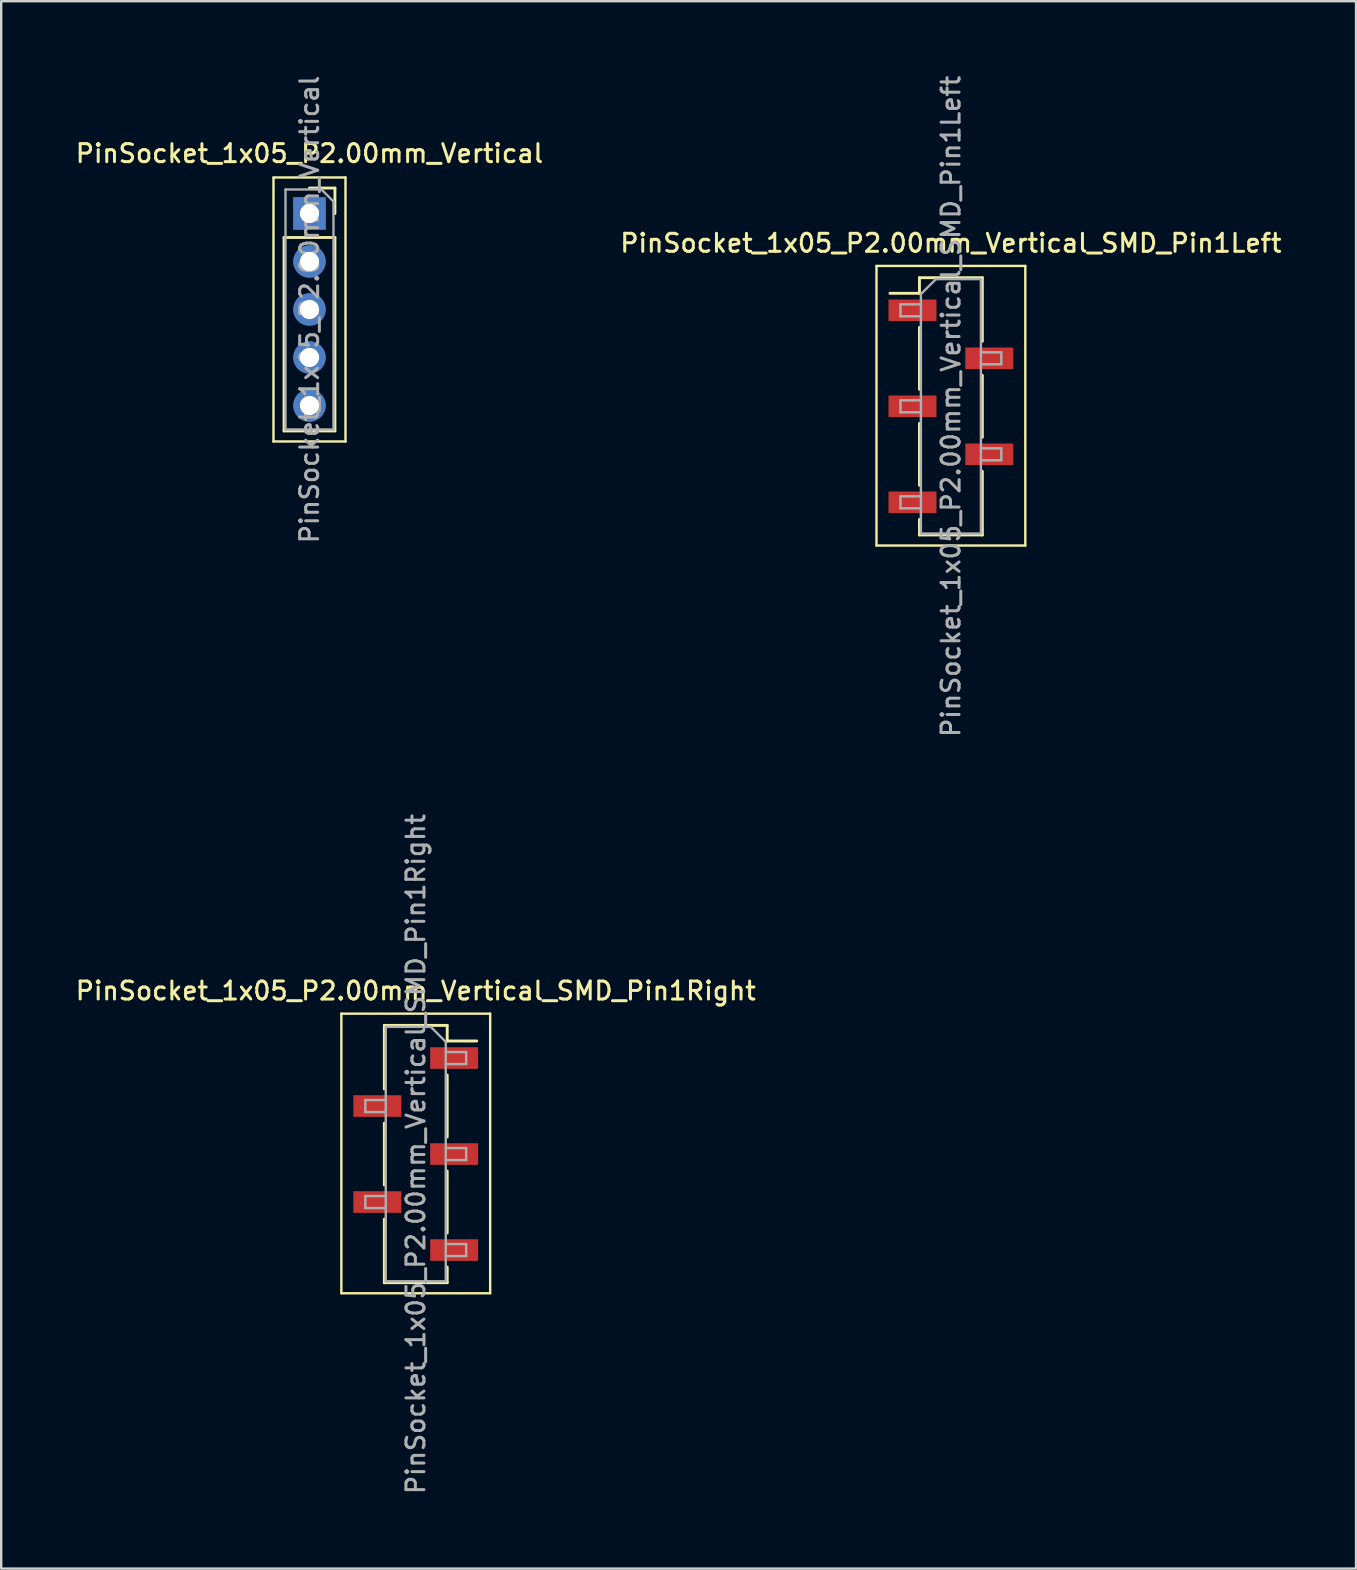
<source format=kicad_pcb>
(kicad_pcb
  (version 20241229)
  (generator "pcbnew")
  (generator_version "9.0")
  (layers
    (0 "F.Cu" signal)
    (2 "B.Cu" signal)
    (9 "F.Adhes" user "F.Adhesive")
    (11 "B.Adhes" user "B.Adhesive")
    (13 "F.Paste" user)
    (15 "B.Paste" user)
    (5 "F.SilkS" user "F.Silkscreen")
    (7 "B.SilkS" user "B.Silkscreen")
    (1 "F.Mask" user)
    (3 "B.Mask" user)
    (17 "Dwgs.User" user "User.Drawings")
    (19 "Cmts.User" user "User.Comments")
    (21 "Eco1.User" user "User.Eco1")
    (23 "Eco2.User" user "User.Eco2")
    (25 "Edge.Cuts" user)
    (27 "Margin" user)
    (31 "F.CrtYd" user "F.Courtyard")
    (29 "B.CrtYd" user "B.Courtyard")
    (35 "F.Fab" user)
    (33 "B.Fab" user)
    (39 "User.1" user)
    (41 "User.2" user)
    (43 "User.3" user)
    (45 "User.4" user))
  (footprint "PinSocket_1x05_P2.00mm_Vertical"
    (layer "F.Cu")
    (at 9.845 5.845)
    (property "Reference" "PinSocket_1x05_P2.00mm_Vertical" (at 0 -2.5 0) (layer "F.SilkS") (effects (font (size 0.75 0.75) (thickness 0.125))))
    (attr through_hole)
    (fp_line (start -1.5 -1.5) (end 1.5 -1.5) (stroke (width 0.1) (type solid)) (layer "F.SilkS"))
    (fp_line (start -1.5 9.5) (end -1.5 -1.5) (stroke (width 0.1) (type solid)) (layer "F.SilkS"))
    (fp_line (start -1.06 1) (end -1.06 9.06) (stroke (width 0.12) (type solid)) (layer "F.SilkS"))
    (fp_line (start -1.06 1) (end 1.06 1) (stroke (width 0.12) (type solid)) (layer "F.SilkS"))
    (fp_line (start -1.06 9.06) (end 1.06 9.06) (stroke (width 0.12) (type solid)) (layer "F.SilkS"))
    (fp_line (start 0 -1.06) (end 1.06 -1.06) (stroke (width 0.12) (type solid)) (layer "F.SilkS"))
    (fp_line (start 1.06 -1.06) (end 1.06 0) (stroke (width 0.12) (type solid)) (layer "F.SilkS"))
    (fp_line (start 1.06 1) (end 1.06 9.06) (stroke (width 0.12) (type solid)) (layer "F.SilkS"))
    (fp_line (start 1.5 -1.5) (end 1.5 9.5) (stroke (width 0.1) (type solid)) (layer "F.SilkS"))
    (fp_line (start 1.5 9.5) (end -1.5 9.5) (stroke (width 0.1) (type solid)) (layer "F.SilkS"))
    (fp_line (start -1 -1) (end 0.5 -1) (stroke (width 0.1) (type solid)) (layer "F.Fab"))
    (fp_line (start -1 9) (end -1 -1) (stroke (width 0.1) (type solid)) (layer "F.Fab"))
    (fp_line (start 0.5 -1) (end 1 -0.5) (stroke (width 0.1) (type solid)) (layer "F.Fab"))
    (fp_line (start 1 -0.5) (end 1 9) (stroke (width 0.1) (type solid)) (layer "F.Fab"))
    (fp_line (start 1 9) (end -1 9) (stroke (width 0.1) (type solid)) (layer "F.Fab"))
    (fp_text user "${REFERENCE}" (at 0 4 90) (layer "F.Fab") (effects (font (size 0.75 0.75) (thickness 0.125))))
    (pad "1" thru_hole rect (at 0 0) (size 1.35 1.35) (drill 0.8) (layers "*.Cu" "*.Mask"))
    (pad "2" thru_hole oval (at 0 2) (size 1.35 1.35) (drill 0.8) (layers "*.Cu" "*.Mask"))
    (pad "3" thru_hole oval (at 0 4) (size 1.35 1.35) (drill 0.8) (layers "*.Cu" "*.Mask"))
    (pad "4" thru_hole oval (at 0 6) (size 1.35 1.35) (drill 0.8) (layers "*.Cu" "*.Mask"))
    (pad "5" thru_hole oval (at 0 8) (size 1.35 1.35) (drill 0.8) (layers "*.Cu" "*.Mask")))
  (footprint "PinSocket_1x05_P2.00mm_Vertical_SMD_Pin1Left"
    (layer "F.Cu")
    (at 36.57 13.88)
    (property "Reference" "PinSocket_1x05_P2.00mm_Vertical_SMD_Pin1Left" (at 0 -6.8 0) (layer "F.SilkS") (effects (font (size 0.75 0.75) (thickness 0.125))))
    (attr smd)
    (fp_line (start -3.1 -5.85) (end 3.1 -5.85) (stroke (width 0.1) (type solid)) (layer "F.SilkS"))
    (fp_line (start -3.1 5.8) (end -3.1 -5.85) (stroke (width 0.1) (type solid)) (layer "F.SilkS"))
    (fp_line (start -2.54 -4.71) (end -1.31 -4.71) (stroke (width 0.12) (type solid)) (layer "F.SilkS"))
    (fp_line (start -1.31 -5.36) (end -1.31 -4.71) (stroke (width 0.12) (type solid)) (layer "F.SilkS"))
    (fp_line (start -1.31 -5.36) (end 1.31 -5.36) (stroke (width 0.12) (type solid)) (layer "F.SilkS"))
    (fp_line (start -1.31 -3.29) (end -1.31 -0.71) (stroke (width 0.12) (type solid)) (layer "F.SilkS"))
    (fp_line (start -1.31 0.71) (end -1.31 3.29) (stroke (width 0.12) (type solid)) (layer "F.SilkS"))
    (fp_line (start -1.31 4.71) (end -1.31 5.36) (stroke (width 0.12) (type solid)) (layer "F.SilkS"))
    (fp_line (start -1.31 5.36) (end 1.31 5.36) (stroke (width 0.12) (type solid)) (layer "F.SilkS"))
    (fp_line (start 1.31 -5.36) (end 1.31 -2.71) (stroke (width 0.12) (type solid)) (layer "F.SilkS"))
    (fp_line (start 1.31 -1.29) (end 1.31 1.29) (stroke (width 0.12) (type solid)) (layer "F.SilkS"))
    (fp_line (start 1.31 2.71) (end 1.31 5.36) (stroke (width 0.12) (type solid)) (layer "F.SilkS"))
    (fp_line (start 3.1 -5.85) (end 3.1 5.8) (stroke (width 0.1) (type solid)) (layer "F.SilkS"))
    (fp_line (start 3.1 5.8) (end -3.1 5.8) (stroke (width 0.1) (type solid)) (layer "F.SilkS"))
    (fp_line (start -2.1 -4.25) (end -1.25 -4.25) (stroke (width 0.1) (type solid)) (layer "F.Fab"))
    (fp_line (start -2.1 -3.75) (end -2.1 -4.25) (stroke (width 0.1) (type solid)) (layer "F.Fab"))
    (fp_line (start -2.1 -0.25) (end -1.25 -0.25) (stroke (width 0.1) (type solid)) (layer "F.Fab"))
    (fp_line (start -2.1 0.25) (end -2.1 -0.25) (stroke (width 0.1) (type solid)) (layer "F.Fab"))
    (fp_line (start -2.1 3.75) (end -1.25 3.75) (stroke (width 0.1) (type solid)) (layer "F.Fab"))
    (fp_line (start -2.1 4.25) (end -2.1 3.75) (stroke (width 0.1) (type solid)) (layer "F.Fab"))
    (fp_line (start -1.25 -4.675) (end -0.625 -5.3) (stroke (width 0.1) (type solid)) (layer "F.Fab"))
    (fp_line (start -1.25 -3.75) (end -2.1 -3.75) (stroke (width 0.1) (type solid)) (layer "F.Fab"))
    (fp_line (start -1.25 0.25) (end -2.1 0.25) (stroke (width 0.1) (type solid)) (layer "F.Fab"))
    (fp_line (start -1.25 4.25) (end -2.1 4.25) (stroke (width 0.1) (type solid)) (layer "F.Fab"))
    (fp_line (start -1.25 5.3) (end -1.25 -4.675) (stroke (width 0.1) (type solid)) (layer "F.Fab"))
    (fp_line (start -0.625 -5.3) (end 1.25 -5.3) (stroke (width 0.1) (type solid)) (layer "F.Fab"))
    (fp_line (start 1.25 -5.3) (end 1.25 5.3) (stroke (width 0.1) (type solid)) (layer "F.Fab"))
    (fp_line (start 1.25 -2.25) (end 2.1 -2.25) (stroke (width 0.1) (type solid)) (layer "F.Fab"))
    (fp_line (start 1.25 1.75) (end 2.1 1.75) (stroke (width 0.1) (type solid)) (layer "F.Fab"))
    (fp_line (start 1.25 5.3) (end -1.25 5.3) (stroke (width 0.1) (type solid)) (layer "F.Fab"))
    (fp_line (start 2.1 -2.25) (end 2.1 -1.75) (stroke (width 0.1) (type solid)) (layer "F.Fab"))
    (fp_line (start 2.1 -1.75) (end 1.25 -1.75) (stroke (width 0.1) (type solid)) (layer "F.Fab"))
    (fp_line (start 2.1 1.75) (end 2.1 2.25) (stroke (width 0.1) (type solid)) (layer "F.Fab"))
    (fp_line (start 2.1 2.25) (end 1.25 2.25) (stroke (width 0.1) (type solid)) (layer "F.Fab"))
    (fp_text user "${REFERENCE}" (at 0 0 90) (layer "F.Fab") (effects (font (size 0.75 0.75) (thickness 0.125))))
    (pad "1" smd rect (at -1.6 -4) (size 2 0.9) (layers "F.Cu" "F.Mask" "F.Paste"))
    (pad "2" smd rect (at 1.6 -2) (size 2 0.9) (layers "F.Cu" "F.Mask" "F.Paste"))
    (pad "3" smd rect (at -1.6 0) (size 2 0.9) (layers "F.Cu" "F.Mask" "F.Paste"))
    (pad "4" smd rect (at 1.6 2) (size 2 0.9) (layers "F.Cu" "F.Mask" "F.Paste"))
    (pad "5" smd rect (at -1.6 4) (size 2 0.9) (layers "F.Cu" "F.Mask" "F.Paste")))
  (footprint "PinSocket_1x05_P2.00mm_Vertical_SMD_Pin1Right"
    (layer "F.Cu")
    (at 14.273 45.034)
    (property "Reference" "PinSocket_1x05_P2.00mm_Vertical_SMD_Pin1Right" (at 0 -6.8 0) (layer "F.SilkS") (effects (font (size 0.75 0.75) (thickness 0.125))))
    (attr smd)
    (fp_line (start -3.1 -5.85) (end 3.1 -5.85) (stroke (width 0.1) (type solid)) (layer "F.SilkS"))
    (fp_line (start -3.1 5.8) (end -3.1 -5.85) (stroke (width 0.1) (type solid)) (layer "F.SilkS"))
    (fp_line (start -1.31 -5.36) (end -1.31 -2.71) (stroke (width 0.12) (type solid)) (layer "F.SilkS"))
    (fp_line (start -1.31 -5.36) (end 1.31 -5.36) (stroke (width 0.12) (type solid)) (layer "F.SilkS"))
    (fp_line (start -1.31 -1.29) (end -1.31 1.29) (stroke (width 0.12) (type solid)) (layer "F.SilkS"))
    (fp_line (start -1.31 2.71) (end -1.31 5.36) (stroke (width 0.12) (type solid)) (layer "F.SilkS"))
    (fp_line (start -1.31 5.36) (end 1.31 5.36) (stroke (width 0.12) (type solid)) (layer "F.SilkS"))
    (fp_line (start 1.31 -5.36) (end 1.31 -4.71) (stroke (width 0.12) (type solid)) (layer "F.SilkS"))
    (fp_line (start 1.31 -4.71) (end 2.54 -4.71) (stroke (width 0.12) (type solid)) (layer "F.SilkS"))
    (fp_line (start 1.31 -3.29) (end 1.31 -0.71) (stroke (width 0.12) (type solid)) (layer "F.SilkS"))
    (fp_line (start 1.31 0.71) (end 1.31 3.29) (stroke (width 0.12) (type solid)) (layer "F.SilkS"))
    (fp_line (start 1.31 4.71) (end 1.31 5.36) (stroke (width 0.12) (type solid)) (layer "F.SilkS"))
    (fp_line (start 3.1 -5.85) (end 3.1 5.8) (stroke (width 0.1) (type solid)) (layer "F.SilkS"))
    (fp_line (start 3.1 5.8) (end -3.1 5.8) (stroke (width 0.1) (type solid)) (layer "F.SilkS"))
    (fp_line (start -2.1 -2.25) (end -1.25 -2.25) (stroke (width 0.1) (type solid)) (layer "F.Fab"))
    (fp_line (start -2.1 -1.75) (end -2.1 -2.25) (stroke (width 0.1) (type solid)) (layer "F.Fab"))
    (fp_line (start -2.1 1.75) (end -1.25 1.75) (stroke (width 0.1) (type solid)) (layer "F.Fab"))
    (fp_line (start -2.1 2.25) (end -2.1 1.75) (stroke (width 0.1) (type solid)) (layer "F.Fab"))
    (fp_line (start -1.25 -5.3) (end 0.625 -5.3) (stroke (width 0.1) (type solid)) (layer "F.Fab"))
    (fp_line (start -1.25 -1.75) (end -2.1 -1.75) (stroke (width 0.1) (type solid)) (layer "F.Fab"))
    (fp_line (start -1.25 2.25) (end -2.1 2.25) (stroke (width 0.1) (type solid)) (layer "F.Fab"))
    (fp_line (start -1.25 5.3) (end -1.25 -5.3) (stroke (width 0.1) (type solid)) (layer "F.Fab"))
    (fp_line (start 0.625 -5.3) (end 1.25 -4.675) (stroke (width 0.1) (type solid)) (layer "F.Fab"))
    (fp_line (start 1.25 -4.675) (end 1.25 5.3) (stroke (width 0.1) (type solid)) (layer "F.Fab"))
    (fp_line (start 1.25 -4.25) (end 2.1 -4.25) (stroke (width 0.1) (type solid)) (layer "F.Fab"))
    (fp_line (start 1.25 -0.25) (end 2.1 -0.25) (stroke (width 0.1) (type solid)) (layer "F.Fab"))
    (fp_line (start 1.25 3.75) (end 2.1 3.75) (stroke (width 0.1) (type solid)) (layer "F.Fab"))
    (fp_line (start 1.25 5.3) (end -1.25 5.3) (stroke (width 0.1) (type solid)) (layer "F.Fab"))
    (fp_line (start 2.1 -4.25) (end 2.1 -3.75) (stroke (width 0.1) (type solid)) (layer "F.Fab"))
    (fp_line (start 2.1 -3.75) (end 1.25 -3.75) (stroke (width 0.1) (type solid)) (layer "F.Fab"))
    (fp_line (start 2.1 -0.25) (end 2.1 0.25) (stroke (width 0.1) (type solid)) (layer "F.Fab"))
    (fp_line (start 2.1 0.25) (end 1.25 0.25) (stroke (width 0.1) (type solid)) (layer "F.Fab"))
    (fp_line (start 2.1 3.75) (end 2.1 4.25) (stroke (width 0.1) (type solid)) (layer "F.Fab"))
    (fp_line (start 2.1 4.25) (end 1.25 4.25) (stroke (width 0.1) (type solid)) (layer "F.Fab"))
    (fp_text user "${REFERENCE}" (at 0 0 90) (layer "F.Fab") (effects (font (size 0.75 0.75) (thickness 0.125))))
    (pad "1" smd rect (at 1.6 -4) (size 2 0.9) (layers "F.Cu" "F.Mask" "F.Paste"))
    (pad "2" smd rect (at -1.6 -2) (size 2 0.9) (layers "F.Cu" "F.Mask" "F.Paste"))
    (pad "3" smd rect (at 1.6 0) (size 2 0.9) (layers "F.Cu" "F.Mask" "F.Paste"))
    (pad "4" smd rect (at -1.6 2) (size 2 0.9) (layers "F.Cu" "F.Mask" "F.Paste"))
    (pad "5" smd rect (at 1.6 4) (size 2 0.9) (layers "F.Cu" "F.Mask" "F.Paste")))
  (gr_rect
    (start -3 -3)
    (end 53.45 62.307)
    (stroke (width 0.1) (type default))
    (fill no)
    (layer "Edge.Cuts")))
</source>
